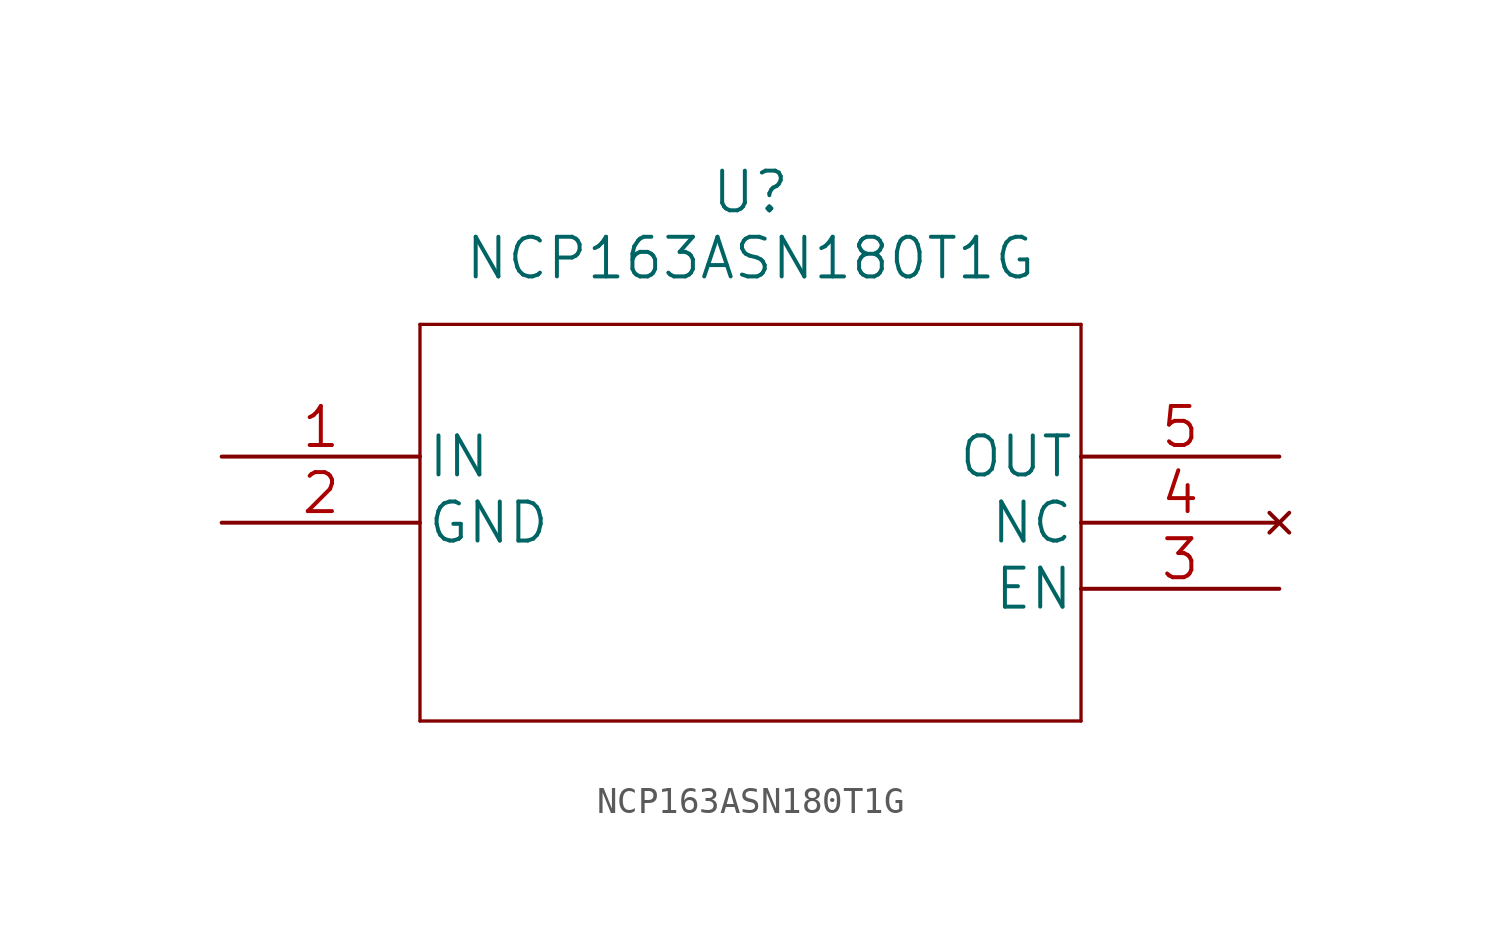
<source format=kicad_sym>
(kicad_symbol_lib
  (version 20211014)
  (generator kicad_symbol_editor)
  (symbol "NCP163ASN180T1G"
    (pin_names
      (offset 0.254))
    (property "Reference" "U"
      (at 20.32 10.16 0)
      (effects (font (size 1.524 1.524))))
    (property "Value" "NCP163ASN180T1G"
      (at 20.32 7.62 0)
      (effects (font (size 1.524 1.524))))
    (property "Datasheet" ""
      (at 0 0 0)
      (effects (font (size 1.524 1.524))))
    (property "ki_locked" ""
      (at 0 0 0)
      (effects (font (size 1.27 1.27))))
    (symbol "NCP163ASN180T1G_1_1"
      (polyline (pts (xy 7.62 -10.16) (xy 33.02 -10.16)) (stroke (width 0.127) (type default) (color 0 0 0 0)) (fill (type none)))
      (polyline (pts (xy 7.62 5.08) (xy 7.62 -10.16)) (stroke (width 0.127) (type default) (color 0 0 0 0)) (fill (type none)))
      (polyline (pts (xy 33.02 -10.16) (xy 33.02 5.08)) (stroke (width 0.127) (type default) (color 0 0 0 0)) (fill (type none)))
      (polyline (pts (xy 33.02 5.08) (xy 7.62 5.08)) (stroke (width 0.127) (type default) (color 0 0 0 0)) (fill (type none)))
      (pin input line (at 0 0 0) (length 7.62) (name "IN" (effects (font (size 1.499 1.499)))) (number "1" (effects (font (size 1.499 1.499)))))
      (pin power_in line (at 0 -2.54 0) (length 7.62) (name "GND" (effects (font (size 1.499 1.499)))) (number "2" (effects (font (size 1.499 1.499)))))
      (pin input line (at 40.64 -5.08 180) (length 7.62) (name "EN" (effects (font (size 1.499 1.499)))) (number "3" (effects (font (size 1.499 1.499)))))
      (pin no_connect line (at 40.64 -2.54 180) (length 7.62) (name "NC" (effects (font (size 1.499 1.499)))) (number "4" (effects (font (size 1.499 1.499)))))
      (pin output line (at 40.64 0 180) (length 7.62) (name "OUT" (effects (font (size 1.499 1.499)))) (number "5" (effects (font (size 1.499 1.499))))))))
</source>
